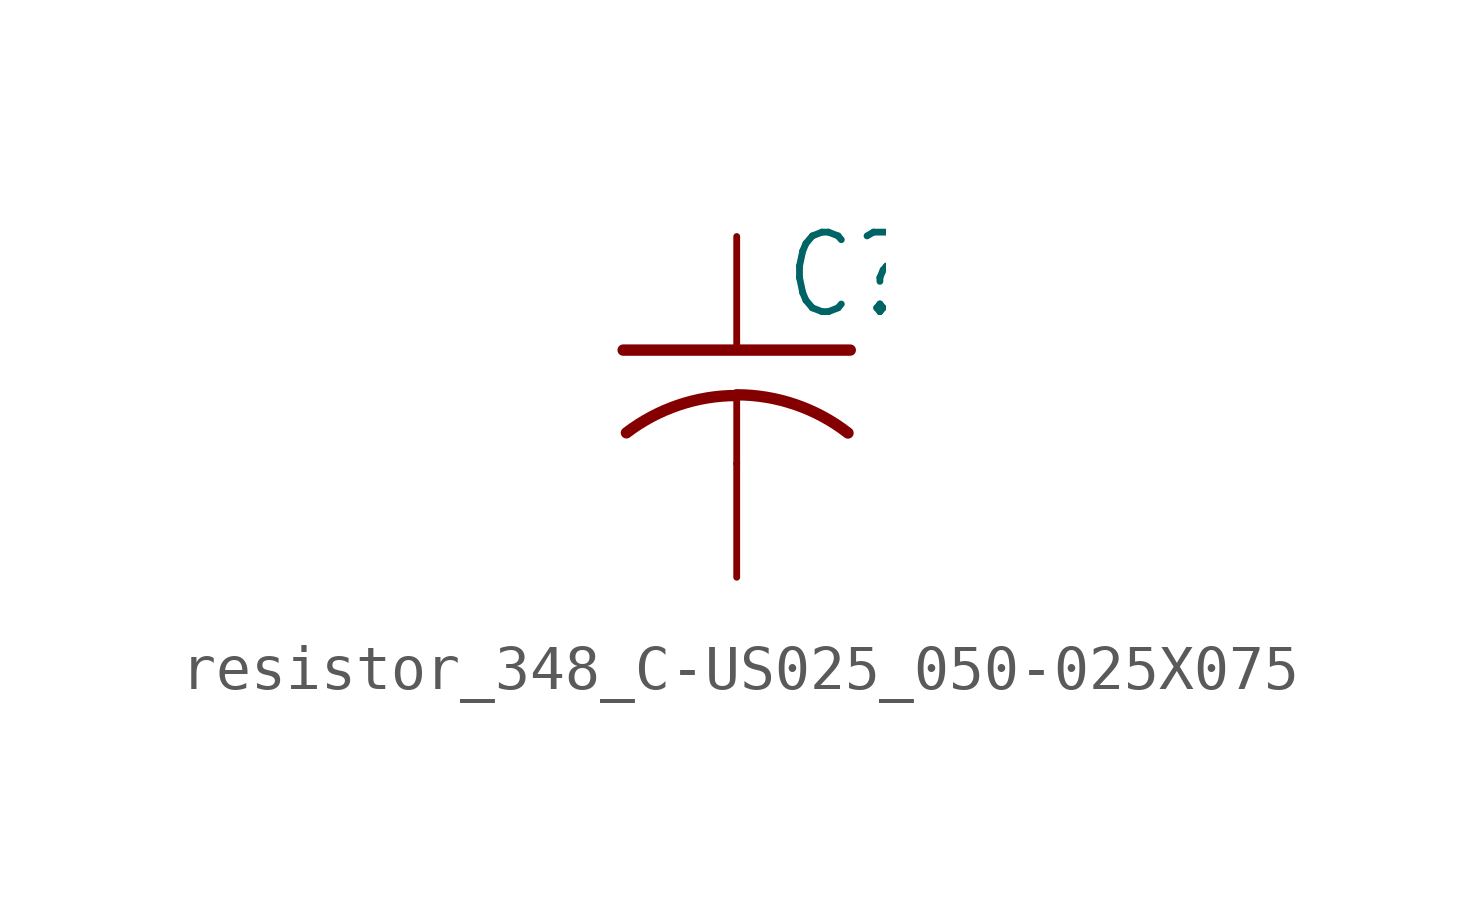
<source format=kicad_sym>
(kicad_symbol_lib
  (version 20241209)
  (generator "kicad_symbol_editor")
  (generator_version "9.0")
  (symbol "resistor_348_C-US025_050-025X075"
    (property "Reference" "C"
      (at 1.016 0.635 0)
      (effects (font (size 1.778 1.511)) (justify left bottom)))
    (property "Value" ""
      (at 1.016 -4.191 0)
      (effects (font (size 1.778 1.511)) (justify left bottom)))
    (property "ki_locked" ""
      (at 0 0 0)
      (effects (font (size 1.27 1.27))))
    (symbol "resistor_348_C-US025_050-025X075_1_0"
      (polyline (pts (xy -2.54 0) (xy 2.54 0)) (stroke (width 0.254) (type solid)) (fill (type none)))
      (polyline (pts (xy 0 -1.016) (xy 0 -2.54)) (stroke (width 0.152) (type solid)) (fill (type none)))
      (arc (start 0 -1) (mid 1.3158 -1.2195) (end 2.4892 -1.8541) (stroke (width 0.254) (type solid)) (fill (type none)))
      (arc (start -2.4668 -1.8504) (mid -1.302 -1.2303) (end 0 -1.0161) (stroke (width 0.254) (type solid)) (fill (type none)))
      (pin passive line (at 0 2.54 270) (length 2.54) (name "1" (effects (font (size 0 0)))) (number "1" (effects (font (size 0 0)))))
      (pin passive line (at 0 -5.08 90) (length 2.54) (name "2" (effects (font (size 0 0)))) (number "2" (effects (font (size 0 0))))))))
</source>
